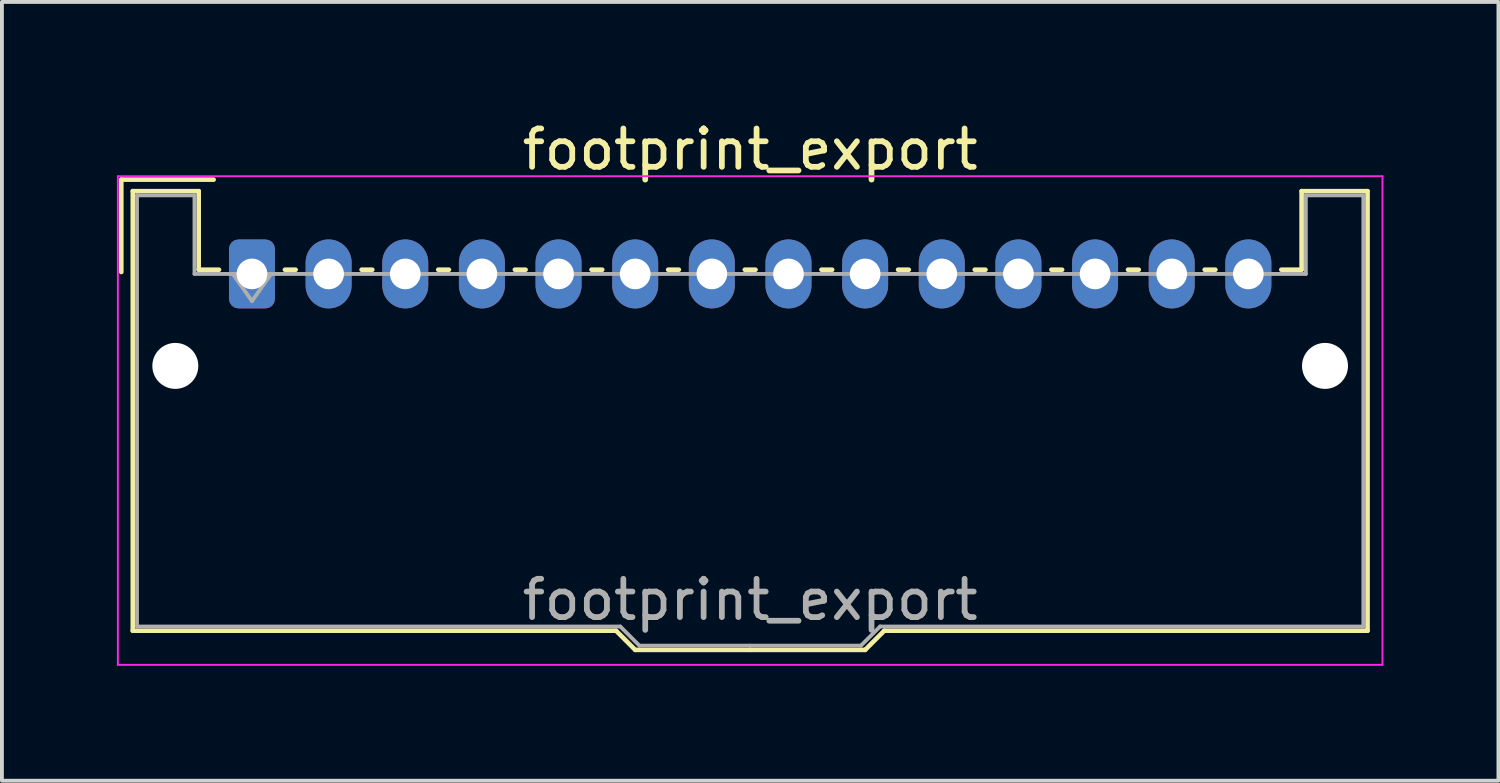
<source format=kicad_pcb>
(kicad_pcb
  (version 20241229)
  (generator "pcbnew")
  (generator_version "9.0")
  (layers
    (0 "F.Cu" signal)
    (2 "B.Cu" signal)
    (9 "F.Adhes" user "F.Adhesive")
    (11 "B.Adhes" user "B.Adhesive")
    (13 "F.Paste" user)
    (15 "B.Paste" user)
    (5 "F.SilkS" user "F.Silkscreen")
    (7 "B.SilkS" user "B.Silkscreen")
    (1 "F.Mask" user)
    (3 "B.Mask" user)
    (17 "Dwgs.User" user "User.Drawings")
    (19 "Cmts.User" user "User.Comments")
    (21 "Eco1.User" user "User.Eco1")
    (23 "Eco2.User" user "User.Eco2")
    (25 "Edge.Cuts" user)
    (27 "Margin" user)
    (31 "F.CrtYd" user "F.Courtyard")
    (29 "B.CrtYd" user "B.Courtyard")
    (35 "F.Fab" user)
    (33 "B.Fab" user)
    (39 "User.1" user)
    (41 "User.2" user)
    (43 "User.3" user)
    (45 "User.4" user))
  (footprint "footprint_export"
    (layer "F.Cu")
    (at 3.525 4.098)
    (property "Reference" "footprint_export" (at 13 -3.25 0) (layer "F.SilkS") (effects (font (size 1 1) (thickness 0.15))))
    (attr through_hole)
    (fp_line (start -3.41 -2.46) (end -1 -2.46) (stroke (width 0.12) (type solid)) (layer "F.SilkS"))
    (fp_line (start -3.41 -0.05) (end -3.41 -2.46) (stroke (width 0.12) (type solid)) (layer "F.SilkS"))
    (fp_line (start -3.11 -2.16) (end -1.39 -2.16) (stroke (width 0.12) (type solid)) (layer "F.SilkS"))
    (fp_line (start -3.11 9.31) (end -3.11 -2.16) (stroke (width 0.12) (type solid)) (layer "F.SilkS"))
    (fp_line (start -1.39 -2.16) (end -1.39 -0.11) (stroke (width 0.12) (type solid)) (layer "F.SilkS"))
    (fp_line (start -1.39 -0.11) (end -0.86 -0.11) (stroke (width 0.12) (type solid)) (layer "F.SilkS"))
    (fp_line (start 0.86 -0.11) (end 1.14 -0.11) (stroke (width 0.12) (type solid)) (layer "F.SilkS"))
    (fp_line (start 2.86 -0.11) (end 3.14 -0.11) (stroke (width 0.12) (type solid)) (layer "F.SilkS"))
    (fp_line (start 4.86 -0.11) (end 5.14 -0.11) (stroke (width 0.12) (type solid)) (layer "F.SilkS"))
    (fp_line (start 6.86 -0.11) (end 7.14 -0.11) (stroke (width 0.12) (type solid)) (layer "F.SilkS"))
    (fp_line (start 8.86 -0.11) (end 9.14 -0.11) (stroke (width 0.12) (type solid)) (layer "F.SilkS"))
    (fp_line (start 9.5 9.31) (end -3.11 9.31) (stroke (width 0.12) (type solid)) (layer "F.SilkS"))
    (fp_line (start 10 9.81) (end 9.5 9.31) (stroke (width 0.12) (type solid)) (layer "F.SilkS"))
    (fp_line (start 10.86 -0.11) (end 11.14 -0.11) (stroke (width 0.12) (type solid)) (layer "F.SilkS"))
    (fp_line (start 12.86 -0.11) (end 13.14 -0.11) (stroke (width 0.12) (type solid)) (layer "F.SilkS"))
    (fp_line (start 13 9.81) (end 10 9.81) (stroke (width 0.12) (type solid)) (layer "F.SilkS"))
    (fp_line (start 13 9.81) (end 16 9.81) (stroke (width 0.12) (type solid)) (layer "F.SilkS"))
    (fp_line (start 14.86 -0.11) (end 15.14 -0.11) (stroke (width 0.12) (type solid)) (layer "F.SilkS"))
    (fp_line (start 16 9.81) (end 16.5 9.31) (stroke (width 0.12) (type solid)) (layer "F.SilkS"))
    (fp_line (start 16.5 9.31) (end 29.11 9.31) (stroke (width 0.12) (type solid)) (layer "F.SilkS"))
    (fp_line (start 16.86 -0.11) (end 17.14 -0.11) (stroke (width 0.12) (type solid)) (layer "F.SilkS"))
    (fp_line (start 18.86 -0.11) (end 19.14 -0.11) (stroke (width 0.12) (type solid)) (layer "F.SilkS"))
    (fp_line (start 20.86 -0.11) (end 21.14 -0.11) (stroke (width 0.12) (type solid)) (layer "F.SilkS"))
    (fp_line (start 22.86 -0.11) (end 23.14 -0.11) (stroke (width 0.12) (type solid)) (layer "F.SilkS"))
    (fp_line (start 24.86 -0.11) (end 25.14 -0.11) (stroke (width 0.12) (type solid)) (layer "F.SilkS"))
    (fp_line (start 27.39 -2.16) (end 27.39 -0.11) (stroke (width 0.12) (type solid)) (layer "F.SilkS"))
    (fp_line (start 27.39 -0.11) (end 26.86 -0.11) (stroke (width 0.12) (type solid)) (layer "F.SilkS"))
    (fp_line (start 29.11 -2.16) (end 27.39 -2.16) (stroke (width 0.12) (type solid)) (layer "F.SilkS"))
    (fp_line (start 29.11 9.31) (end 29.11 -2.16) (stroke (width 0.12) (type solid)) (layer "F.SilkS"))
    (fp_line (start -3.5 -2.55) (end -3.5 10.2) (stroke (width 0.05) (type solid)) (layer "F.CrtYd"))
    (fp_line (start -3.5 10.2) (end 29.5 10.2) (stroke (width 0.05) (type solid)) (layer "F.CrtYd"))
    (fp_line (start 29.5 -2.55) (end -3.5 -2.55) (stroke (width 0.05) (type solid)) (layer "F.CrtYd"))
    (fp_line (start 29.5 10.2) (end 29.5 -2.55) (stroke (width 0.05) (type solid)) (layer "F.CrtYd"))
    (fp_line (start -3 -2.05) (end -1.5 -2.05) (stroke (width 0.1) (type solid)) (layer "F.Fab"))
    (fp_line (start -3 9.2) (end -3 -2.05) (stroke (width 0.1) (type solid)) (layer "F.Fab"))
    (fp_line (start -1.5 -2.05) (end -1.5 0) (stroke (width 0.1) (type solid)) (layer "F.Fab"))
    (fp_line (start -1.5 0) (end 13 0) (stroke (width 0.1) (type solid)) (layer "F.Fab"))
    (fp_line (start -0.5 0) (end 0 0.707) (stroke (width 0.1) (type solid)) (layer "F.Fab"))
    (fp_line (start 0 0.707) (end 0.5 0) (stroke (width 0.1) (type solid)) (layer "F.Fab"))
    (fp_line (start 9.61 9.2) (end -3 9.2) (stroke (width 0.1) (type solid)) (layer "F.Fab"))
    (fp_line (start 10.11 9.7) (end 9.61 9.2) (stroke (width 0.1) (type solid)) (layer "F.Fab"))
    (fp_line (start 13 9.7) (end 10.11 9.7) (stroke (width 0.1) (type solid)) (layer "F.Fab"))
    (fp_line (start 13 9.7) (end 15.89 9.7) (stroke (width 0.1) (type solid)) (layer "F.Fab"))
    (fp_line (start 15.89 9.7) (end 16.39 9.2) (stroke (width 0.1) (type solid)) (layer "F.Fab"))
    (fp_line (start 16.39 9.2) (end 29 9.2) (stroke (width 0.1) (type solid)) (layer "F.Fab"))
    (fp_line (start 27.5 -2.05) (end 27.5 0) (stroke (width 0.1) (type solid)) (layer "F.Fab"))
    (fp_line (start 27.5 0) (end 13 0) (stroke (width 0.1) (type solid)) (layer "F.Fab"))
    (fp_line (start 29 -2.05) (end 27.5 -2.05) (stroke (width 0.1) (type solid)) (layer "F.Fab"))
    (fp_line (start 29 9.2) (end 29 -2.05) (stroke (width 0.1) (type solid)) (layer "F.Fab"))
    (fp_text user "${REFERENCE}" (at 13 8.5 0) (layer "F.Fab") (effects (font (size 1 1) (thickness 0.15))))
    (pad "" np_thru_hole circle (at -2 2.4) (size 1.2 1.2) (drill 1.2) (layers "*.Cu" "*.Mask"))
    (pad "" np_thru_hole circle (at 28 2.4) (size 1.2 1.2) (drill 1.2) (layers "*.Cu" "*.Mask"))
    (pad "1" thru_hole roundrect (at 0 0) (size 1.2 1.8) (drill 0.8) (layers "*.Cu" "*.Mask") (roundrect_rratio 0.208))
    (pad "2" thru_hole oval (at 2 0) (size 1.2 1.8) (drill 0.8) (layers "*.Cu" "*.Mask"))
    (pad "3" thru_hole oval (at 4 0) (size 1.2 1.8) (drill 0.8) (layers "*.Cu" "*.Mask"))
    (pad "4" thru_hole oval (at 6 0) (size 1.2 1.8) (drill 0.8) (layers "*.Cu" "*.Mask"))
    (pad "5" thru_hole oval (at 8 0) (size 1.2 1.8) (drill 0.8) (layers "*.Cu" "*.Mask"))
    (pad "6" thru_hole oval (at 10 0) (size 1.2 1.8) (drill 0.8) (layers "*.Cu" "*.Mask"))
    (pad "7" thru_hole oval (at 12 0) (size 1.2 1.8) (drill 0.8) (layers "*.Cu" "*.Mask"))
    (pad "8" thru_hole oval (at 14 0) (size 1.2 1.8) (drill 0.8) (layers "*.Cu" "*.Mask"))
    (pad "9" thru_hole oval (at 16 0) (size 1.2 1.8) (drill 0.8) (layers "*.Cu" "*.Mask"))
    (pad "10" thru_hole oval (at 18 0) (size 1.2 1.8) (drill 0.8) (layers "*.Cu" "*.Mask"))
    (pad "11" thru_hole oval (at 20 0) (size 1.2 1.8) (drill 0.8) (layers "*.Cu" "*.Mask"))
    (pad "12" thru_hole oval (at 22 0) (size 1.2 1.8) (drill 0.8) (layers "*.Cu" "*.Mask"))
    (pad "13" thru_hole oval (at 24 0) (size 1.2 1.8) (drill 0.8) (layers "*.Cu" "*.Mask"))
    (pad "14" thru_hole oval (at 26 0) (size 1.2 1.8) (drill 0.8) (layers "*.Cu" "*.Mask")))
  (gr_rect
    (start -3 -3)
    (end 36.05 17.323)
    (stroke (width 0.1) (type default))
    (fill no)
    (layer "Edge.Cuts")))
</source>
